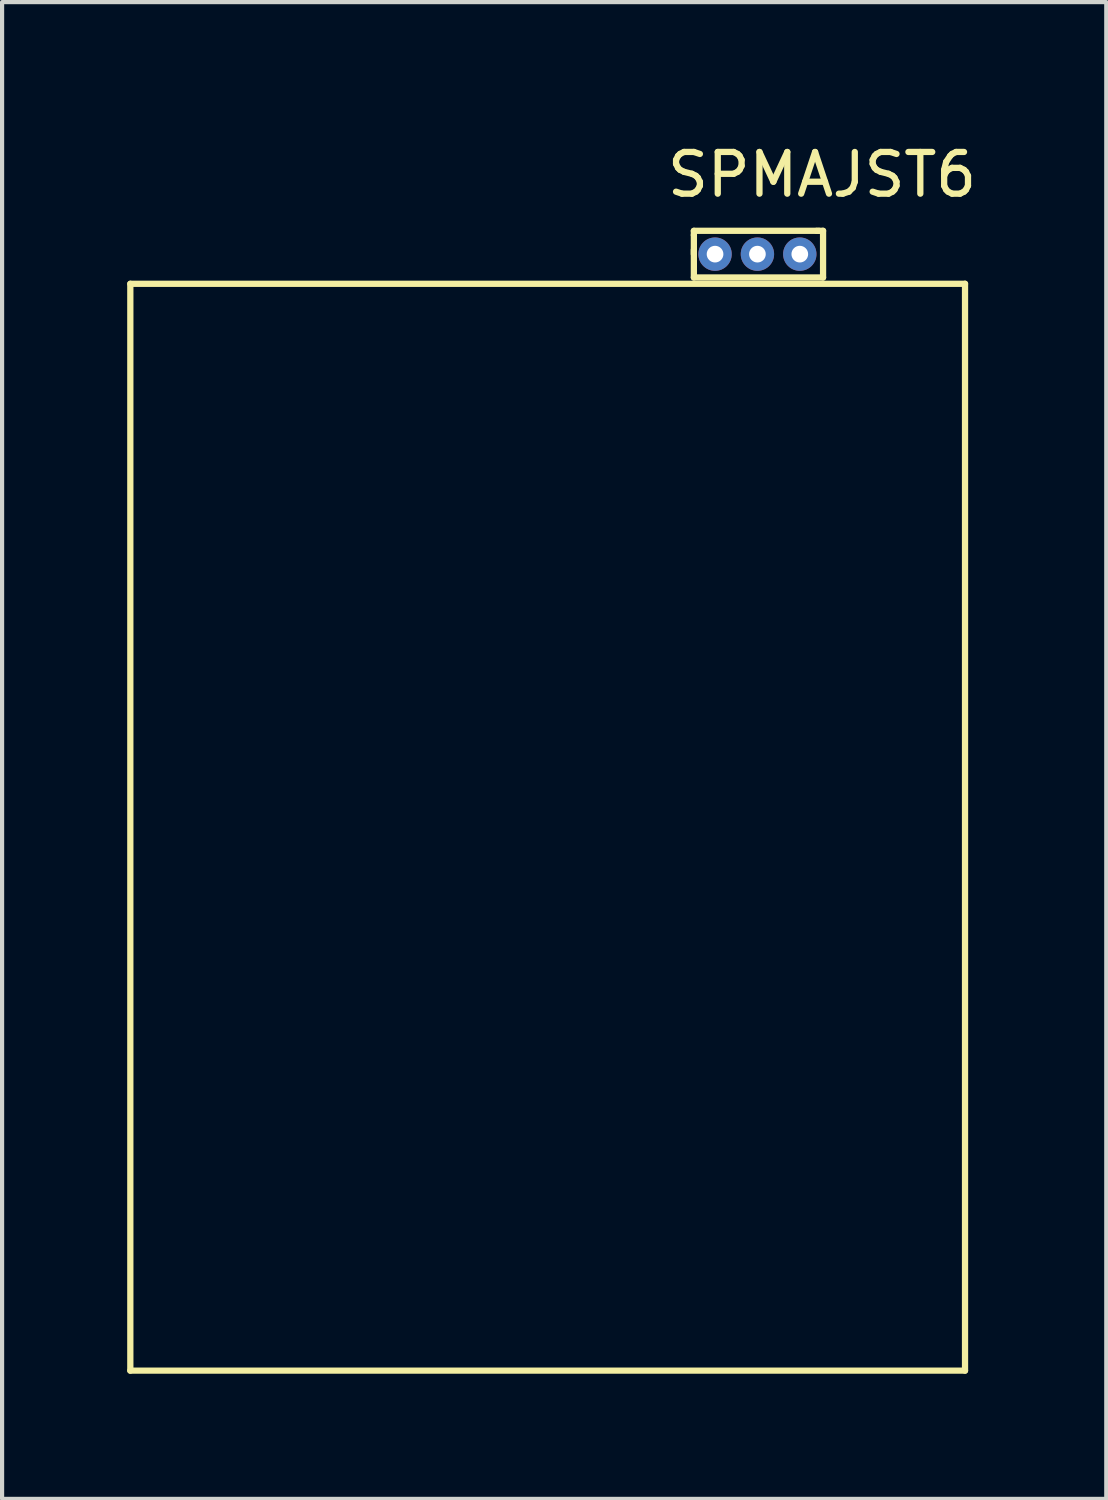
<source format=kicad_pcb>
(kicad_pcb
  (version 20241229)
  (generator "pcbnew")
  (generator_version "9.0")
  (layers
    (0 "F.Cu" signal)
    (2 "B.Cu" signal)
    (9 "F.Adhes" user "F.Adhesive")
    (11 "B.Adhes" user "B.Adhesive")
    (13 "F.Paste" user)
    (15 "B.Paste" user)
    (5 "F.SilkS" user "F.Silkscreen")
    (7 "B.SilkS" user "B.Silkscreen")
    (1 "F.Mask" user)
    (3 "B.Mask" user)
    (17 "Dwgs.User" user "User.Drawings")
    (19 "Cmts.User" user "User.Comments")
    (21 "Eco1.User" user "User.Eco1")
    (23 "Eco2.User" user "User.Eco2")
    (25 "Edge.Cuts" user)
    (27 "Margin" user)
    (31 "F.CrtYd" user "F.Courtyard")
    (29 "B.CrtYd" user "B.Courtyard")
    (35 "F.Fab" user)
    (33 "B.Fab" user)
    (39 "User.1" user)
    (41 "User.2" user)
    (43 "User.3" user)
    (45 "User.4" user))
  (footprint "SPMAJST6"
    (layer "F.Cu")
    (at 16.026 0.25)
    (property "Reference" "SPMAJST6" (at 0.635 0.889 0) (layer "F.SilkS") (effects (font (size 1 1) (thickness 0.15))))
    (attr through_hole)
    (fp_line (start -15.951 3.505) (end -15.951 29.566) (stroke (width 0.15) (type solid)) (layer "F.SilkS"))
    (fp_line (start -15.951 29.566) (end 4.064 29.566) (stroke (width 0.15) (type solid)) (layer "F.SilkS"))
    (fp_line (start -2.438 2.235) (end 0.508 2.235) (stroke (width 0.15) (type solid)) (layer "F.SilkS"))
    (fp_line (start -2.438 2.337) (end -2.438 2.235) (stroke (width 0.15) (type solid)) (layer "F.SilkS"))
    (fp_line (start -2.438 2.794) (end -2.438 2.337) (stroke (width 0.15) (type solid)) (layer "F.SilkS"))
    (fp_line (start -2.438 3.353) (end -2.438 2.692) (stroke (width 0.15) (type solid)) (layer "F.SilkS"))
    (fp_line (start 0.508 2.235) (end 0.559 2.235) (stroke (width 0.15) (type solid)) (layer "F.SilkS"))
    (fp_line (start 0.559 2.235) (end 0.66 2.235) (stroke (width 0.15) (type solid)) (layer "F.SilkS"))
    (fp_line (start 0.66 2.235) (end 0.66 3.353) (stroke (width 0.15) (type solid)) (layer "F.SilkS"))
    (fp_line (start 0.66 3.353) (end -2.438 3.353) (stroke (width 0.15) (type solid)) (layer "F.SilkS"))
    (fp_line (start 4.064 3.505) (end -15.951 3.505) (stroke (width 0.15) (type solid)) (layer "F.SilkS"))
    (fp_line (start 4.064 29.566) (end 4.064 3.505) (stroke (width 0.15) (type solid)) (layer "F.SilkS"))
    (pad "1" thru_hole circle (at -1.93 2.794) (size 0.8 0.8) (drill 0.4) (layers "*.Cu" "*.Mask"))
    (pad "2" thru_hole circle (at -0.914 2.794) (size 0.8 0.8) (drill 0.4) (layers "*.Cu" "*.Mask"))
    (pad "3" thru_hole circle (at 0.102 2.794) (size 0.8 0.8) (drill 0.4) (layers "*.Cu" "*.Mask")))
  (gr_rect
    (start -3 -3)
    (end 23.477 32.891)
    (stroke (width 0.1) (type default))
    (fill no)
    (layer "Edge.Cuts")))
</source>
